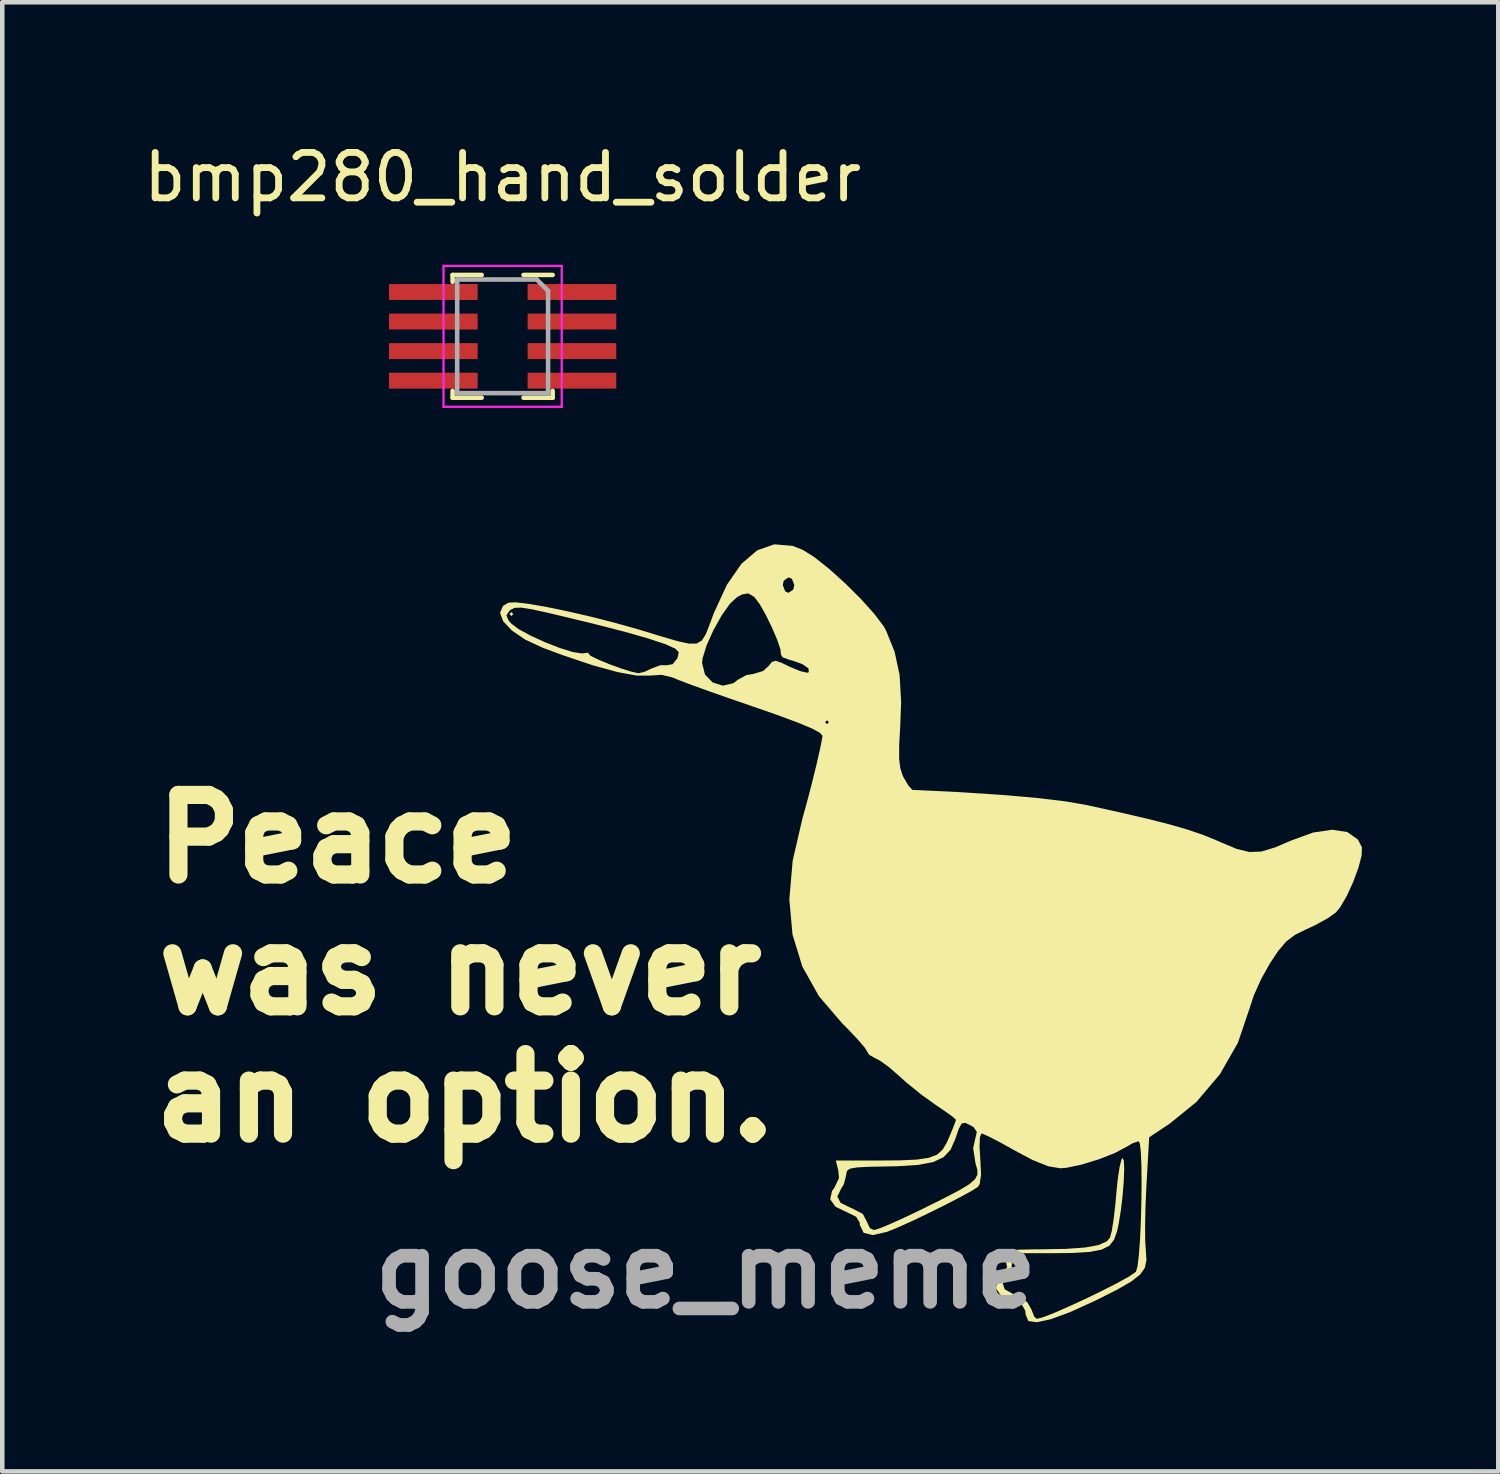
<source format=kicad_pcb>
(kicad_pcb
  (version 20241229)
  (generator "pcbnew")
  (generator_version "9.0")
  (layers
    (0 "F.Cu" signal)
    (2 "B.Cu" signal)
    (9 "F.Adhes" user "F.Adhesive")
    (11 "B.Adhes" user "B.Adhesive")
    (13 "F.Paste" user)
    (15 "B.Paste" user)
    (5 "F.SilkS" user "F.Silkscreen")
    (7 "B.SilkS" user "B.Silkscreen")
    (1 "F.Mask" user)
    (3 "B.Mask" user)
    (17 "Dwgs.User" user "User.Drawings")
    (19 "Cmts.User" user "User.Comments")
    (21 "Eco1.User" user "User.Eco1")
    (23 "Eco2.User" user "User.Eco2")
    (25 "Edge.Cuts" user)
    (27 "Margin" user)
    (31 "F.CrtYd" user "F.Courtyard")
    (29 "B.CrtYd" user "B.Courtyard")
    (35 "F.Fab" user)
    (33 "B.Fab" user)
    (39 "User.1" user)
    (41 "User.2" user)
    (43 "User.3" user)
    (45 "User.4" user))
  (footprint "bmp280_hand_solder"
    (layer "F.Cu")
    (at 8.006 4.348)
    (property "Reference" "bmp280_hand_solder" (at 0 -3.5 0) (unlocked yes) (layer "F.SilkS") (effects (font (size 1 1) (thickness 0.15))))
    (attr smd)
    (fp_line (start -1.1 -1.35) (end -1.1 -1.2) (stroke (width 0.1) (type solid)) (layer "F.SilkS"))
    (fp_line (start -1.1 -1.35) (end -0.46 -1.35) (stroke (width 0.1) (type solid)) (layer "F.SilkS"))
    (fp_line (start -1.1 1.2) (end -1.1 1.35) (stroke (width 0.1) (type solid)) (layer "F.SilkS"))
    (fp_line (start -1.1 1.35) (end -0.46 1.35) (stroke (width 0.1) (type solid)) (layer "F.SilkS"))
    (fp_line (start 0.46 -1.35) (end 1.1 -1.35) (stroke (width 0.1) (type solid)) (layer "F.SilkS"))
    (fp_line (start 0.46 1.35) (end 1.1 1.35) (stroke (width 0.1) (type solid)) (layer "F.SilkS"))
    (fp_line (start 1.1 1.2) (end 1.1 1.35) (stroke (width 0.1) (type solid)) (layer "F.SilkS"))
    (fp_line (start -1.3 -1.55) (end 1.3 -1.55) (stroke (width 0.05) (type solid)) (layer "F.CrtYd"))
    (fp_line (start -1.3 1.55) (end -1.3 -1.55) (stroke (width 0.05) (type solid)) (layer "F.CrtYd"))
    (fp_line (start 1.3 -1.55) (end 1.3 1.55) (stroke (width 0.05) (type solid)) (layer "F.CrtYd"))
    (fp_line (start 1.3 1.55) (end -1.3 1.55) (stroke (width 0.05) (type solid)) (layer "F.CrtYd"))
    (fp_line (start -1 -1.25) (end -1 1.25) (stroke (width 0.1) (type solid)) (layer "F.Fab"))
    (fp_line (start -1 -1.25) (end 0.75 -1.25) (stroke (width 0.1) (type solid)) (layer "F.Fab"))
    (fp_line (start 1 -1) (end 0.75 -1.25) (stroke (width 0.1) (type solid)) (layer "F.Fab"))
    (fp_line (start 1 1.25) (end -1 1.25) (stroke (width 0.1) (type solid)) (layer "F.Fab"))
    (fp_line (start 1 1.25) (end 1 -1) (stroke (width 0.1) (type solid)) (layer "F.Fab"))
    (pad "1" smd rect (at 1.525 -0.975) (size 1.95 0.35) (layers "F.Cu" "F.Mask" "F.Paste"))
    (pad "2" smd rect (at 1.525 -0.325) (size 1.95 0.35) (layers "F.Cu" "F.Mask" "F.Paste"))
    (pad "3" smd rect (at 1.525 0.325) (size 1.95 0.35) (layers "F.Cu" "F.Mask" "F.Paste"))
    (pad "4" smd rect (at 1.525 0.975) (size 1.95 0.35) (layers "F.Cu" "F.Mask" "F.Paste"))
    (pad "5" smd rect (at -1.525 0.975) (size 1.95 0.35) (layers "F.Cu" "F.Mask" "F.Paste"))
    (pad "6" smd rect (at -1.525 0.325) (size 1.95 0.35) (layers "F.Cu" "F.Mask" "F.Paste"))
    (pad "7" smd rect (at -1.525 -0.325) (size 1.95 0.35) (layers "F.Cu" "F.Mask" "F.Paste"))
    (pad "8" smd rect (at -1.525 -0.975) (size 1.95 0.35) (layers "F.Cu" "F.Mask" "F.Paste")))
  (footprint "goose_meme"
    (layer "F.Cu")
    (at 13.575 23.497)
    (property "Reference" "goose_meme" (at -1.1 1.4 0) (layer "F.Fab") (effects (font (size 1.524 1.524) (thickness 0.3))))
    (attr board_only exclude_from_pos_files exclude_from_bom)
    (fp_poly (pts (xy -5.334 -13.04) (xy -5.376 -12.997) (xy -5.419 -13.04) (xy -5.376 -13.082)) (stroke (width 0) (type solid)) (fill yes) (layer "F.SilkS"))
    (fp_poly (pts (xy 0.808 -14.54) (xy 1.034 -14.452) (xy 1.294 -14.288) (xy 1.617 -14.03) (xy 1.968 -13.714) (xy 2.308 -13.376) (xy 2.6 -13.052) (xy 2.809 -12.777) (xy 2.862 -12.685) (xy 3.053 -12.212) (xy 3.163 -11.701) (xy 3.197 -11.107) (xy 3.177 -10.581) (xy 3.154 -10.156) (xy 3.153 -9.859) (xy 3.178 -9.65) (xy 3.231 -9.488) (xy 3.254 -9.44) (xy 3.361 -9.262) (xy 3.444 -9.174) (xy 3.452 -9.172) (xy 4.497 -9.122) (xy 5.413 -9.062) (xy 6.192 -8.994) (xy 6.822 -8.918) (xy 7.281 -8.838) (xy 8.019 -8.675) (xy 8.616 -8.536) (xy 9.097 -8.414) (xy 9.488 -8.301) (xy 9.815 -8.191) (xy 10.102 -8.076) (xy 10.219 -8.024) (xy 10.574 -7.875) (xy 10.855 -7.806) (xy 11.12 -7.816) (xy 11.425 -7.908) (xy 11.772 -8.057) (xy 12.258 -8.234) (xy 12.677 -8.296) (xy 13.01 -8.245) (xy 13.242 -8.082) (xy 13.332 -7.911) (xy 13.327 -7.734) (xy 13.257 -7.463) (xy 13.14 -7.147) (xy 12.999 -6.838) (xy 12.852 -6.588) (xy 12.759 -6.475) (xy 12.576 -6.346) (xy 12.307 -6.198) (xy 12.119 -6.111) (xy 11.862 -5.985) (xy 11.667 -5.838) (xy 11.486 -5.623) (xy 11.31 -5.358) (xy 11.118 -5.015) (xy 10.955 -4.653) (xy 10.855 -4.349) (xy 10.855 -4.349) (xy 10.605 -3.61) (xy 10.209 -2.918) (xy 9.691 -2.307) (xy 9.112 -1.837) (xy 8.653 -1.531) (xy 8.592 -0.462) (xy 8.572 -0.014) (xy 8.563 0.407) (xy 8.566 0.753) (xy 8.58 0.972) (xy 8.593 1.174) (xy 8.558 1.339) (xy 8.454 1.488) (xy 8.259 1.641) (xy 7.953 1.818) (xy 7.515 2.039) (xy 7.443 2.074) (xy 6.91 2.316) (xy 6.486 2.472) (xy 6.182 2.538) (xy 6.005 2.512) (xy 5.99 2.499) (xy 5.935 2.367) (xy 5.927 2.282) (xy 5.846 2.14) (xy 5.658 2.059) (xy 5.389 1.945) (xy 5.279 1.787) (xy 5.332 1.594) (xy 5.407 1.499) (xy 5.527 1.331) (xy 5.51 1.236) (xy 5.426 1.109) (xy 5.419 1.057) (xy 5.451 0.999) (xy 5.566 0.961) (xy 5.79 0.941) (xy 6.151 0.934) (xy 6.244 0.934) (xy 6.82 0.924) (xy 7.246 0.893) (xy 7.54 0.839) (xy 7.719 0.759) (xy 7.789 0.681) (xy 7.829 0.535) (xy 7.872 0.266) (xy 7.911 -0.078) (xy 7.925 -0.244) (xy 7.959 -0.592) (xy 8.001 -0.872) (xy 8.044 -1.043) (xy 8.064 -1.075) (xy 8.095 -1.023) (xy 8.104 -0.843) (xy 8.094 -0.574) (xy 8.069 -0.254) (xy 8.03 0.076) (xy 7.981 0.378) (xy 7.947 0.535) (xy 7.881 0.721) (xy 7.777 0.854) (xy 7.606 0.941) (xy 7.343 0.991) (xy 6.961 1.014) (xy 6.512 1.019) (xy 5.585 1.019) (xy 5.634 1.217) (xy 5.62 1.435) (xy 5.551 1.525) (xy 5.431 1.679) (xy 5.475 1.812) (xy 5.685 1.931) (xy 5.715 1.942) (xy 5.97 2.095) (xy 6.063 2.257) (xy 6.124 2.413) (xy 6.18 2.464) (xy 6.32 2.427) (xy 6.573 2.328) (xy 6.9 2.185) (xy 7.265 2.017) (xy 7.63 1.839) (xy 7.958 1.672) (xy 8.211 1.531) (xy 8.352 1.435) (xy 8.362 1.425) (xy 8.397 1.305) (xy 8.426 1.059) (xy 8.451 0.72) (xy 8.47 0.321) (xy 8.481 -0.104) (xy 8.486 -0.521) (xy 8.482 -0.897) (xy 8.47 -1.198) (xy 8.448 -1.391) (xy 8.422 -1.444) (xy 8.289 -1.4) (xy 8.168 -1.329) (xy 7.903 -1.187) (xy 7.548 -1.047) (xy 7.169 -0.931) (xy 6.836 -0.86) (xy 6.7 -0.849) (xy 6.433 -0.893) (xy 6.089 -1.031) (xy 5.71 -1.232) (xy 5.407 -1.401) (xy 5.156 -1.532) (xy 4.997 -1.605) (xy 4.964 -1.614) (xy 4.93 -1.536) (xy 4.921 -1.329) (xy 4.937 -1.069) (xy 4.955 -0.712) (xy 4.925 -0.502) (xy 4.886 -0.44) (xy 4.741 -0.348) (xy 4.483 -0.207) (xy 4.15 -0.035) (xy 3.784 0.146) (xy 3.425 0.317) (xy 3.112 0.458) (xy 2.888 0.549) (xy 2.571 0.621) (xy 2.371 0.57) (xy 2.288 0.397) (xy 2.286 0.347) (xy 2.208 0.218) (xy 2.018 0.124) (xy 1.752 -0.003) (xy 1.636 -0.166) (xy 1.649 -0.227) (xy 1.793 -0.227) (xy 1.865 -0.089) (xy 2.099 0.026) (xy 2.12 0.033) (xy 2.354 0.155) (xy 2.44 0.319) (xy 2.51 0.468) (xy 2.596 0.51) (xy 2.719 0.474) (xy 2.958 0.376) (xy 3.281 0.23) (xy 3.652 0.053) (xy 3.67 0.044) (xy 4.138 -0.189) (xy 4.473 -0.364) (xy 4.695 -0.498) (xy 4.822 -0.608) (xy 4.875 -0.71) (xy 4.872 -0.821) (xy 4.832 -0.959) (xy 4.832 -0.959) (xy 4.781 -1.292) (xy 4.821 -1.473) (xy 4.862 -1.648) (xy 4.793 -1.752) (xy 4.731 -1.789) (xy 4.607 -1.849) (xy 4.529 -1.835) (xy 4.465 -1.718) (xy 4.385 -1.484) (xy 4.283 -1.256) (xy 4.131 -1.094) (xy 3.903 -0.986) (xy 3.572 -0.923) (xy 3.111 -0.894) (xy 2.879 -0.889) (xy 2.482 -0.882) (xy 2.225 -0.868) (xy 2.077 -0.842) (xy 2.009 -0.797) (xy 1.99 -0.727) (xy 1.99 -0.707) (xy 1.937 -0.499) (xy 1.876 -0.399) (xy 1.793 -0.227) (xy 1.649 -0.227) (xy 1.678 -0.352) (xy 1.722 -0.41) (xy 1.829 -0.632) (xy 1.815 -0.797) (xy 1.76 -1.019) (xy 2.647 -1.019) (xy 3.166 -1.023) (xy 3.543 -1.04) (xy 3.807 -1.08) (xy 3.986 -1.149) (xy 4.108 -1.258) (xy 4.201 -1.414) (xy 4.242 -1.506) (xy 4.336 -1.732) (xy 4.394 -1.884) (xy 4.403 -1.916) (xy 4.338 -1.976) (xy 4.168 -2.099) (xy 3.958 -2.242) (xy 3.641 -2.469) (xy 3.317 -2.732) (xy 3.158 -2.874) (xy 2.932 -3.072) (xy 2.727 -3.219) (xy 2.628 -3.269) (xy 2.49 -3.347) (xy 2.455 -3.408) (xy 2.398 -3.5) (xy 2.246 -3.678) (xy 2.026 -3.911) (xy 1.903 -4.034) (xy 1.388 -4.635) (xy 1.024 -5.285) (xy 0.807 -5.992) (xy 0.737 -6.766) (xy 0.811 -7.615) (xy 1.024 -8.537) (xy 1.127 -8.909) (xy 1.234 -9.32) (xy 1.333 -9.722) (xy 1.412 -10.068) (xy 1.46 -10.312) (xy 1.467 -10.359) (xy 1.414 -10.426) (xy 1.235 -10.523) (xy 0.921 -10.654) (xy 0.902 -10.661) (xy 1.524 -10.661) (xy 1.566 -10.619) (xy 1.609 -10.661) (xy 1.566 -10.704) (xy 1.524 -10.661) (xy 0.902 -10.661) (xy 0.462 -10.824) (xy -0.085 -11.014) (xy -0.582 -11.185) (xy -1.033 -11.344) (xy -1.41 -11.48) (xy -1.686 -11.584) (xy -1.831 -11.644) (xy -1.835 -11.646) (xy -2.074 -11.703) (xy -2.329 -11.686) (xy -2.614 -11.686) (xy -3.036 -11.762) (xy -3.583 -11.912) (xy -4.24 -12.133) (xy -4.683 -12.297) (xy -5.072 -12.478) (xy -5.367 -12.679) (xy -5.557 -12.882) (xy -5.606 -13.014) (xy -5.486 -13.014) (xy -5.44 -12.903) (xy -5.382 -12.834) (xy -5.218 -12.709) (xy -4.953 -12.565) (xy -4.633 -12.419) (xy -4.307 -12.292) (xy -4.021 -12.204) (xy -3.823 -12.173) (xy -3.791 -12.178) (xy -3.681 -12.191) (xy -3.679 -12.166) (xy -3.63 -12.119) (xy -3.466 -12.039) (xy -3.232 -11.942) (xy -2.976 -11.848) (xy -2.743 -11.774) (xy -2.582 -11.738) (xy -2.451 -11.769) (xy -2.29 -11.844) (xy -2.097 -11.915) (xy -1.964 -11.914) (xy -1.828 -11.937) (xy -1.808 -11.963) (xy -1.182 -11.963) (xy -1.118 -11.709) (xy -0.95 -11.536) (xy -0.726 -11.465) (xy -0.493 -11.519) (xy -0.393 -11.596) (xy -0.211 -11.696) (xy -0.053 -11.723) (xy 0.157 -11.786) (xy 0.276 -11.89) (xy 0.354 -11.987) (xy 0.437 -12.012) (xy 0.579 -11.962) (xy 0.75 -11.879) (xy 0.972 -11.786) (xy 1.128 -11.75) (xy 1.165 -11.76) (xy 1.159 -11.844) (xy 1.024 -11.939) (xy 0.796 -12.02) (xy 0.742 -12.033) (xy 0.589 -12.089) (xy 0.552 -12.15) (xy 0.542 -12.264) (xy 0.469 -12.477) (xy 0.355 -12.745) (xy 0.22 -13.02) (xy 0.087 -13.256) (xy -0.024 -13.405) (xy -0.037 -13.418) (xy -0.165 -13.495) (xy -0.299 -13.472) (xy -0.41 -13.415) (xy -0.572 -13.263) (xy -0.756 -13.001) (xy -0.935 -12.68) (xy -1.082 -12.352) (xy -1.17 -12.068) (xy -1.182 -11.963) (xy -1.808 -11.963) (xy -1.722 -12.072) (xy -1.695 -12.202) (xy -1.77 -12.279) (xy -1.998 -12.381) (xy -2.383 -12.508) (xy -2.927 -12.662) (xy -3.632 -12.842) (xy -4.502 -13.051) (xy -4.572 -13.067) (xy -4.931 -13.146) (xy -5.164 -13.182) (xy -5.308 -13.176) (xy -5.398 -13.132) (xy -5.413 -13.119) (xy -5.486 -13.014) (xy -5.606 -13.014) (xy -5.626 -13.068) (xy -5.561 -13.219) (xy -5.441 -13.291) (xy -5.288 -13.298) (xy -5.001 -13.265) (xy -4.611 -13.198) (xy -4.147 -13.102) (xy -3.639 -12.985) (xy -3.115 -12.852) (xy -2.607 -12.709) (xy -2.582 -12.702) (xy -2.083 -12.55) (xy -1.72 -12.444) (xy -1.468 -12.389) (xy -1.299 -12.392) (xy -1.186 -12.459) (xy -1.101 -12.594) (xy -1.018 -12.804) (xy -0.924 -13.06) (xy -0.639 -13.677) (xy 0.593 -13.677) (xy 0.646 -13.539) (xy 0.72 -13.507) (xy 0.823 -13.578) (xy 0.847 -13.677) (xy 0.794 -13.815) (xy 0.72 -13.847) (xy 0.616 -13.776) (xy 0.593 -13.677) (xy -0.639 -13.677) (xy -0.636 -13.683) (xy -0.317 -14.145) (xy 0.031 -14.442) (xy 0.406 -14.574)) (stroke (width 0) (type solid)) (fill yes) (layer "F.SilkS"))
    (fp_text user "an option." (at -6.4 -2.4 0) (unlocked yes) (layer "F.SilkS") (effects (font (size 1.75 1.75) (thickness 0.4))))
    (fp_text user "Peace" (at -9.2 -8.1 0) (unlocked yes) (layer "F.SilkS") (effects (font (size 1.75 1.75) (thickness 0.4))))
    (fp_text user "was never" (at -6.5 -5.2 0) (unlocked yes) (layer "F.SilkS") (effects (font (size 1.75 1.75) (thickness 0.4)))))
  (gr_rect
    (start -3 -3)
    (end 29.907 29.315)
    (stroke (width 0.1) (type default))
    (fill no)
    (layer "Edge.Cuts")))
</source>
